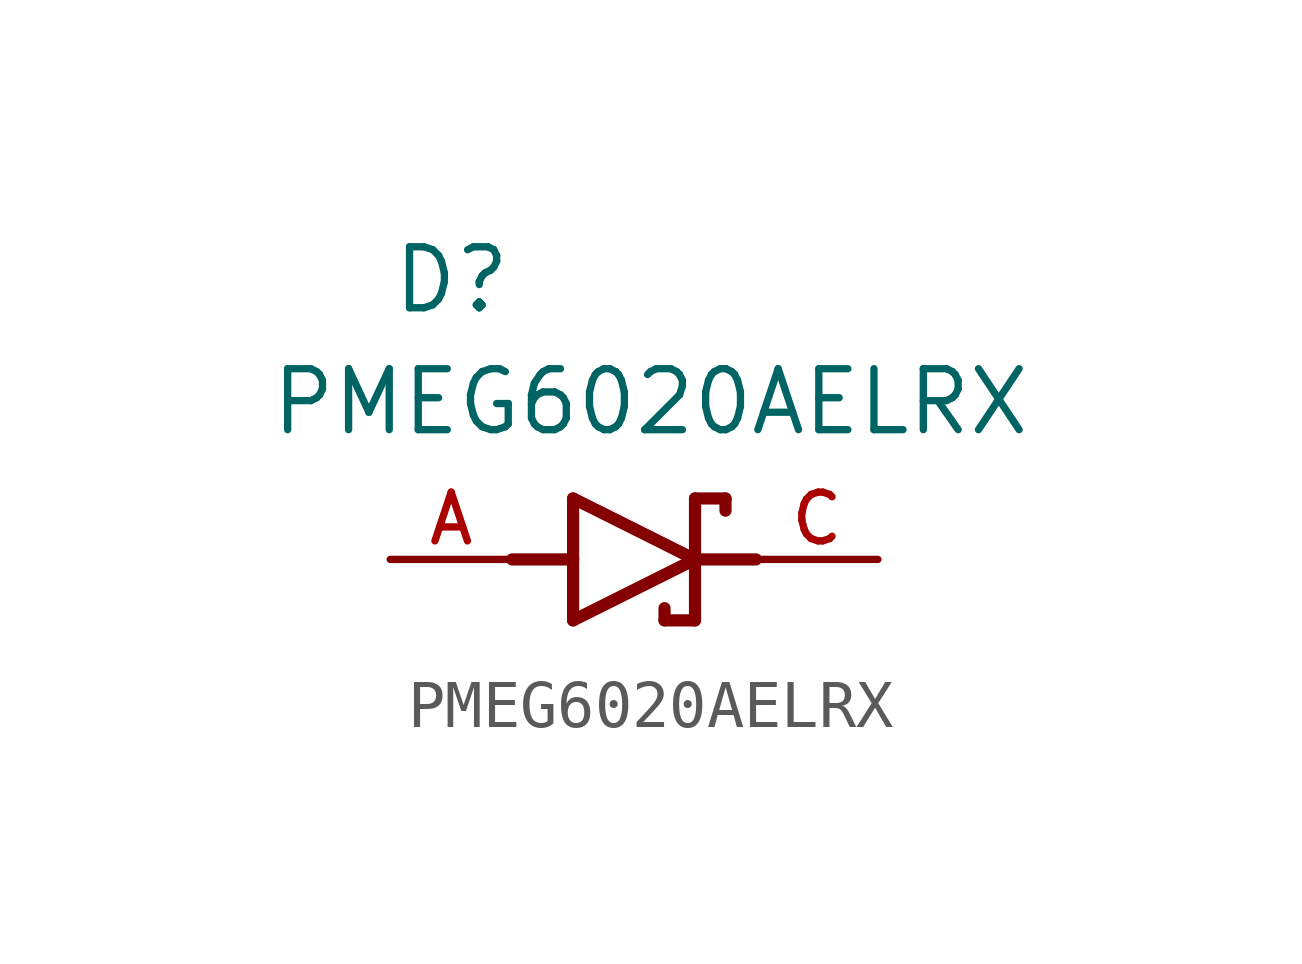
<source format=kicad_sym>
(kicad_symbol_lib
  (version 20220914)
  (generator kicad_symbol_editor)
  (symbol "PMEG6020AELRX"
    (pin_names
      (offset 1.016))
    (property "Reference" "D"
      (at -5.08 5.08 0)
      (effects (font (size 1.27 1.27)) (justify left bottom)))
    (property "Value" "PMEG6020AELRX"
      (at -7.62 2.54 0)
      (effects (font (size 1.27 1.27)) (justify left bottom)))
    (symbol "PMEG6020AELRX_0_0"
      (polyline (pts (xy -2.54 0) (xy -1.27 0)) (stroke (width 0.254) (type default)) (fill (type none)))
      (polyline (pts (xy -1.27 -1.27) (xy 1.27 0)) (stroke (width 0.254) (type default)) (fill (type none)))
      (polyline (pts (xy -1.27 0) (xy -1.27 -1.27)) (stroke (width 0.254) (type default)) (fill (type none)))
      (polyline (pts (xy -1.27 1.27) (xy -1.27 0)) (stroke (width 0.254) (type default)) (fill (type none)))
      (polyline (pts (xy 0.635 -1.016) (xy 0.635 -1.27)) (stroke (width 0.254) (type default)) (fill (type none)))
      (polyline (pts (xy 1.27 -1.27) (xy 0.635 -1.27)) (stroke (width 0.254) (type default)) (fill (type none)))
      (polyline (pts (xy 1.27 0) (xy -1.27 1.27)) (stroke (width 0.254) (type default)) (fill (type none)))
      (polyline (pts (xy 1.27 0) (xy 1.27 -1.27)) (stroke (width 0.254) (type default)) (fill (type none)))
      (polyline (pts (xy 1.27 1.27) (xy 1.27 0)) (stroke (width 0.254) (type default)) (fill (type none)))
      (polyline (pts (xy 1.905 1.27) (xy 1.27 1.27)) (stroke (width 0.254) (type default)) (fill (type none)))
      (polyline (pts (xy 1.905 1.27) (xy 1.905 1.016)) (stroke (width 0.254) (type default)) (fill (type none)))
      (polyline (pts (xy 2.54 0) (xy 1.27 0)) (stroke (width 0.254) (type default)) (fill (type none)))
      (pin passive line (at -5.08 0 0) (length 2.54) (name "~" (effects (font (size 1.016 1.016)))) (number "A" (effects (font (size 1.016 1.016)))))
      (pin passive line (at 5.08 0 180) (length 2.54) (name "~" (effects (font (size 1.016 1.016)))) (number "C" (effects (font (size 1.016 1.016))))))))
</source>
